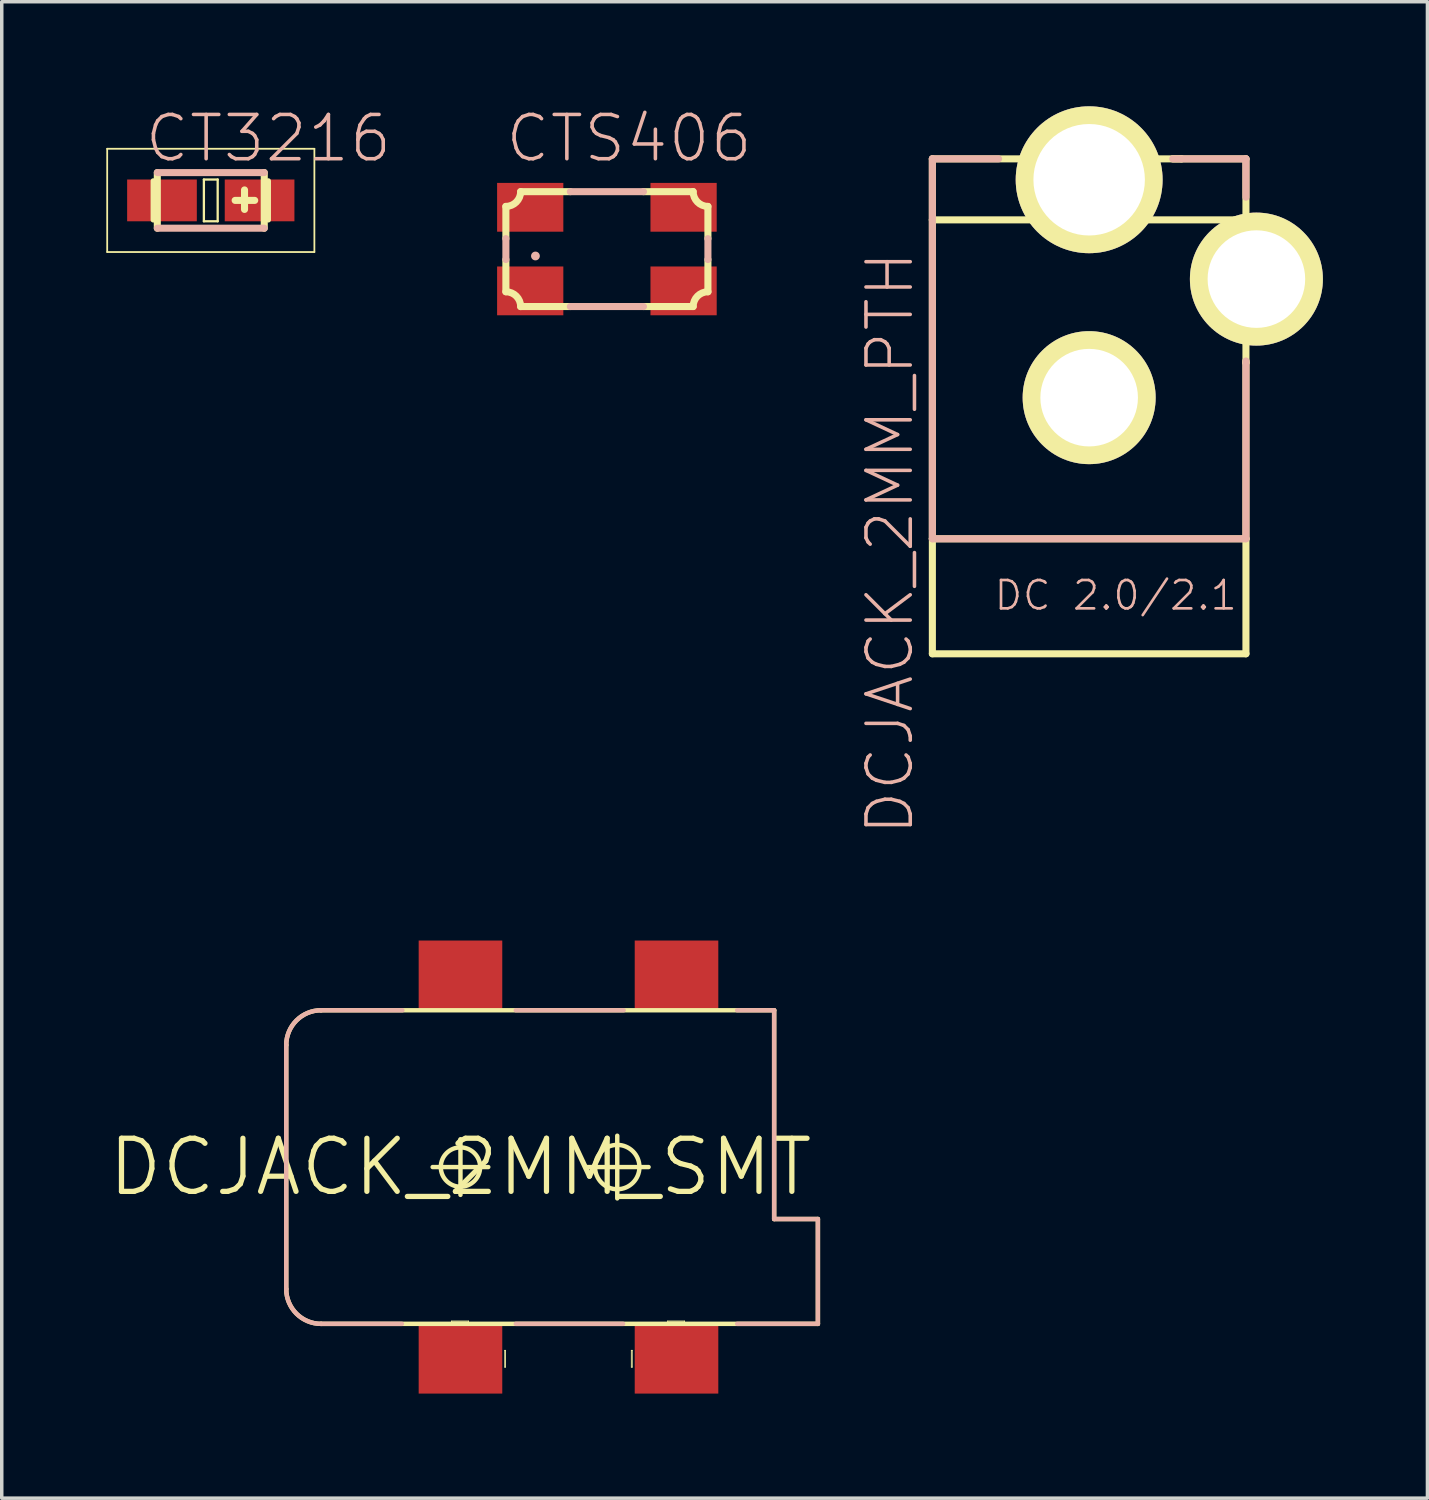
<source format=kicad_pcb>
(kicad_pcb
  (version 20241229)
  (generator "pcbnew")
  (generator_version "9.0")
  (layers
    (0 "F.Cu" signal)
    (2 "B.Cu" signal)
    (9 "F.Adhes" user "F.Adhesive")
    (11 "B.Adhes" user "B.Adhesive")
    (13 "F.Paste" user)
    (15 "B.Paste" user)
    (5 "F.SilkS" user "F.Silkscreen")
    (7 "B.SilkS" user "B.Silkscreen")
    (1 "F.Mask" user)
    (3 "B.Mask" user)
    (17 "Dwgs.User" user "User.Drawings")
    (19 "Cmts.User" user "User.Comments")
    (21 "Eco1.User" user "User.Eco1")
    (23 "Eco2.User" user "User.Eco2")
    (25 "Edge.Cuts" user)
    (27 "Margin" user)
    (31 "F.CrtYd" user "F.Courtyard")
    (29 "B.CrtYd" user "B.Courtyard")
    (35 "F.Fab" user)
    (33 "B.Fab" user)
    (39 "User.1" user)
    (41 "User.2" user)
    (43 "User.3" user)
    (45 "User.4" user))
  (footprint "DCJACK_2MM_SMT"
    (layer "F.Cu")
    (at 10.16 30.431)
    (property "Reference" "DCJACK_2MM_SMT" (at 0 0 0) (layer "F.SilkS") (effects (font (size 1.524 1.524) (thickness 0.15))))
    (attr smd)
    (fp_line (start -4.999 -3.498) (end -4.999 3.498) (stroke (width 0.127) (type solid)) (layer "F.SilkS"))
    (fp_line (start -3.998 4.498) (end 10.254 4.498) (stroke (width 0.127) (type solid)) (layer "F.SilkS"))
    (fp_line (start -0.798 0) (end 0.798 0) (stroke (width 0.127) (type solid)) (layer "F.SilkS"))
    (fp_line (start -0.254 4.417) (end 0.229 4.417) (stroke (width 0.025) (type solid)) (layer "F.SilkS"))
    (fp_line (start -0.254 4.445) (end -0.254 4.417) (stroke (width 0.025) (type solid)) (layer "F.SilkS"))
    (fp_line (start 0 0.798) (end 0 -0.798) (stroke (width 0.127) (type solid)) (layer "F.SilkS"))
    (fp_line (start 0.229 4.417) (end 0.229 4.445) (stroke (width 0.025) (type solid)) (layer "F.SilkS"))
    (fp_line (start 0.229 4.445) (end -0.254 4.445) (stroke (width 0.025) (type solid)) (layer "F.SilkS"))
    (fp_line (start 1.27 5.258) (end 1.293 5.258) (stroke (width 0.025) (type solid)) (layer "F.SilkS"))
    (fp_line (start 1.27 5.74) (end 1.27 5.258) (stroke (width 0.025) (type solid)) (layer "F.SilkS"))
    (fp_line (start 1.293 5.258) (end 1.293 5.74) (stroke (width 0.025) (type solid)) (layer "F.SilkS"))
    (fp_line (start 1.293 5.74) (end 1.27 5.74) (stroke (width 0.025) (type solid)) (layer "F.SilkS"))
    (fp_line (start 3.599 0) (end 5.397 0) (stroke (width 0.127) (type solid)) (layer "F.SilkS"))
    (fp_line (start 4.498 0.899) (end 4.498 -0.899) (stroke (width 0.127) (type solid)) (layer "F.SilkS"))
    (fp_line (start 4.902 5.258) (end 4.928 5.258) (stroke (width 0.025) (type solid)) (layer "F.SilkS"))
    (fp_line (start 4.902 5.74) (end 4.902 5.258) (stroke (width 0.025) (type solid)) (layer "F.SilkS"))
    (fp_line (start 4.928 5.258) (end 4.928 5.74) (stroke (width 0.025) (type solid)) (layer "F.SilkS"))
    (fp_line (start 4.928 5.74) (end 4.902 5.74) (stroke (width 0.025) (type solid)) (layer "F.SilkS"))
    (fp_line (start 5.944 4.417) (end 6.426 4.417) (stroke (width 0.025) (type solid)) (layer "F.SilkS"))
    (fp_line (start 5.944 4.445) (end 5.944 4.417) (stroke (width 0.025) (type solid)) (layer "F.SilkS"))
    (fp_line (start 6.426 4.417) (end 6.426 4.445) (stroke (width 0.025) (type solid)) (layer "F.SilkS"))
    (fp_line (start 6.426 4.445) (end 5.944 4.445) (stroke (width 0.025) (type solid)) (layer "F.SilkS"))
    (fp_line (start 8.999 -4.498) (end -3.998 -4.498) (stroke (width 0.127) (type solid)) (layer "F.SilkS"))
    (fp_line (start 8.999 1.491) (end 8.999 -4.498) (stroke (width 0.127) (type solid)) (layer "F.SilkS"))
    (fp_line (start 10.254 1.491) (end 8.999 1.491) (stroke (width 0.127) (type solid)) (layer "F.SilkS"))
    (fp_line (start 10.254 4.498) (end 10.254 1.491) (stroke (width 0.127) (type solid)) (layer "F.SilkS"))
    (fp_arc (start -4.99872 -3.49758) (mid -4.705604 -4.205224) (end -3.99796 -4.49834) (stroke (width 0.127) (type solid)) (layer "F.SilkS"))
    (fp_arc (start -3.99796 4.49834) (mid -4.705604 4.205224) (end -4.99872 3.49758) (stroke (width 0.127) (type solid)) (layer "F.SilkS"))
    (fp_circle (center 0 0) (end -0.399 0.399) (stroke (width 0.127) (type solid)) (fill no) (layer "F.SilkS"))
    (fp_circle (center 4.498 0) (end 4.948 0.45) (stroke (width 0.127) (type solid)) (fill no) (layer "F.SilkS"))
    (fp_line (start -4.999 -3.498) (end -4.999 3.498) (stroke (width 0.127) (type solid)) (layer "B.SilkS"))
    (fp_line (start -3.998 4.498) (end -1.681 4.498) (stroke (width 0.127) (type solid)) (layer "B.SilkS"))
    (fp_line (start -1.666 -4.498) (end -3.998 -4.498) (stroke (width 0.127) (type solid)) (layer "B.SilkS"))
    (fp_line (start 1.587 4.498) (end 4.666 4.498) (stroke (width 0.127) (type solid)) (layer "B.SilkS"))
    (fp_line (start 4.681 -4.498) (end 1.587 -4.498) (stroke (width 0.127) (type solid)) (layer "B.SilkS"))
    (fp_line (start 7.938 4.498) (end 10.254 4.498) (stroke (width 0.127) (type solid)) (layer "B.SilkS"))
    (fp_line (start 8.999 -4.498) (end 7.938 -4.498) (stroke (width 0.127) (type solid)) (layer "B.SilkS"))
    (fp_line (start 8.999 1.491) (end 8.999 -4.498) (stroke (width 0.127) (type solid)) (layer "B.SilkS"))
    (fp_line (start 10.254 1.491) (end 8.999 1.491) (stroke (width 0.127) (type solid)) (layer "B.SilkS"))
    (fp_line (start 10.254 4.498) (end 10.254 1.491) (stroke (width 0.127) (type solid)) (layer "B.SilkS"))
    (fp_arc (start -4.99872 -3.49758) (mid -4.705604 -4.205224) (end -3.99796 -4.49834) (stroke (width 0.127) (type solid)) (layer "B.SilkS"))
    (fp_arc (start -3.99796 4.49834) (mid -4.705604 4.205224) (end -4.99872 3.49758) (stroke (width 0.127) (type solid)) (layer "B.SilkS"))
    (pad "GND" smd rect (at 0 5.499) (size 2.398 1.999) (layers "F.Cu" "F.Mask" "F.Paste"))
    (pad "GNDB" smd rect (at 6.198 5.499) (size 2.398 1.999) (layers "F.Cu" "F.Mask" "F.Paste"))
    (pad "PWR1" smd rect (at 0 -5.499) (size 2.398 1.999) (layers "F.Cu" "F.Mask" "F.Paste"))
    (pad "PWR2" smd rect (at 6.198 -5.499) (size 2.398 1.999) (layers "F.Cu" "F.Mask" "F.Paste")))
  (footprint "CT3216"
    (layer "F.Cu")
    (at 2.997 2.699)
    (property "Reference" "CT3216" (at 1.651 -1.778 0) (layer "B.SilkS") (effects (font (size 1.27 1.27) (thickness 0.102))))
    (attr smd)
    (fp_line (start -2.972 -1.481) (end 2.972 -1.481) (stroke (width 0.051) (type solid)) (layer "F.SilkS"))
    (fp_line (start -2.972 1.481) (end -2.972 -1.481) (stroke (width 0.051) (type solid)) (layer "F.SilkS"))
    (fp_line (start -1.651 0.559) (end -1.651 -0.559) (stroke (width 0.152) (type solid)) (layer "F.SilkS"))
    (fp_line (start -1.534 -0.798) (end -1.534 0.798) (stroke (width 0.203) (type solid)) (layer "F.SilkS"))
    (fp_line (start -0.198 -0.599) (end 0.198 -0.599) (stroke (width 0.066) (type solid)) (layer "F.SilkS"))
    (fp_line (start -0.198 0.599) (end -0.198 -0.599) (stroke (width 0.066) (type solid)) (layer "F.SilkS"))
    (fp_line (start -0.198 0.599) (end 0.198 0.599) (stroke (width 0.066) (type solid)) (layer "F.SilkS"))
    (fp_line (start 0.198 0.599) (end 0.198 -0.599) (stroke (width 0.066) (type solid)) (layer "F.SilkS"))
    (fp_line (start 0.699 0) (end 1.26 0) (stroke (width 0.203) (type solid)) (layer "F.SilkS"))
    (fp_line (start 0.968 0.259) (end 0.968 -0.3) (stroke (width 0.203) (type solid)) (layer "F.SilkS"))
    (fp_line (start 1.534 0.798) (end 1.534 -0.798) (stroke (width 0.203) (type solid)) (layer "F.SilkS"))
    (fp_line (start 1.651 0.559) (end 1.651 -0.559) (stroke (width 0.152) (type solid)) (layer "F.SilkS"))
    (fp_line (start 2.972 -1.481) (end 2.972 1.481) (stroke (width 0.051) (type solid)) (layer "F.SilkS"))
    (fp_line (start 2.972 1.481) (end -2.972 1.481) (stroke (width 0.051) (type solid)) (layer "F.SilkS"))
    (fp_line (start -1.534 0.798) (end 1.534 0.798) (stroke (width 0.203) (type solid)) (layer "B.SilkS"))
    (fp_line (start 1.534 -0.798) (end -1.534 -0.798) (stroke (width 0.203) (type solid)) (layer "B.SilkS"))
    (pad "+" smd rect (at 1.4 0) (size 1.999 1.199) (layers "F.Cu" "F.Mask" "F.Paste"))
    (pad "-" smd rect (at -1.4 0) (size 1.999 1.199) (layers "F.Cu" "F.Mask" "F.Paste")))
  (footprint "DCJACK_2MM_PTH"
    (layer "F.Cu")
    (at 28.196 15.706)
    (property "Reference" "DCJACK_2MM_PTH" (at -5.715 -3.175 90) (layer "B.SilkS") (effects (font (size 1.27 1.27) (thickness 0.102))))
    (attr exclude_from_pos_files exclude_from_bom)
    (fp_line (start -4.498 -14.199) (end 2.649 -14.199) (stroke (width 0.203) (type solid)) (layer "F.SilkS"))
    (fp_line (start -4.498 -12.449) (end -4.498 -14.199) (stroke (width 0.203) (type solid)) (layer "F.SilkS"))
    (fp_line (start -4.498 -12.449) (end 4.399 -12.449) (stroke (width 0.203) (type solid)) (layer "F.SilkS"))
    (fp_line (start -4.498 -3.299) (end -4.498 -12.449) (stroke (width 0.203) (type solid)) (layer "F.SilkS"))
    (fp_line (start -4.498 -3.299) (end -4.498 0) (stroke (width 0.203) (type solid)) (layer "F.SilkS"))
    (fp_line (start -4.498 -3.299) (end 4.498 -3.299) (stroke (width 0.203) (type solid)) (layer "F.SilkS"))
    (fp_line (start 2.649 -14.199) (end 2.398 -14.199) (stroke (width 0.203) (type solid)) (layer "F.SilkS"))
    (fp_line (start 4.498 -14.199) (end 2.649 -14.199) (stroke (width 0.203) (type solid)) (layer "F.SilkS"))
    (fp_line (start 4.498 -14.199) (end 4.498 -8.349) (stroke (width 0.203) (type solid)) (layer "F.SilkS"))
    (fp_line (start 4.498 -8.349) (end 4.498 -8.4) (stroke (width 0.203) (type solid)) (layer "F.SilkS"))
    (fp_line (start 4.498 -3.299) (end 4.498 -8.349) (stroke (width 0.203) (type solid)) (layer "F.SilkS"))
    (fp_line (start 4.498 0) (end -4.498 0) (stroke (width 0.203) (type solid)) (layer "F.SilkS"))
    (fp_line (start 4.498 0) (end 4.498 -3.299) (stroke (width 0.203) (type solid)) (layer "F.SilkS"))
    (fp_line (start -4.498 -14.199) (end -2.598 -14.199) (stroke (width 0.203) (type solid)) (layer "B.SilkS"))
    (fp_line (start -4.498 -3.299) (end -4.498 -14.199) (stroke (width 0.203) (type solid)) (layer "B.SilkS"))
    (fp_line (start -4.498 -3.299) (end 4.498 -3.299) (stroke (width 0.203) (type solid)) (layer "B.SilkS"))
    (fp_line (start 4.498 -14.199) (end 2.398 -14.199) (stroke (width 0.203) (type solid)) (layer "B.SilkS"))
    (fp_line (start 4.498 -14.199) (end 4.498 -13.099) (stroke (width 0.203) (type solid)) (layer "B.SilkS"))
    (fp_line (start 4.498 -3.299) (end 4.498 -8.4) (stroke (width 0.203) (type solid)) (layer "B.SilkS"))
    (fp_text user "DC 2.0/2.1" (at 0.762 -1.676 0) (layer "B.SilkS") (effects (font (size 0.813 0.813) (thickness 0.076))))
    (pad "GND" thru_hole circle (at 0 -7.348) (size 3.815 3.815) (drill 2.799) (layers "*.Cu" "F.Mask" "F.SilkS" "F.Paste"))
    (pad "GNDB" thru_hole circle (at 4.798 -10.749) (size 3.815 3.815) (drill 2.799) (layers "*.Cu" "F.Mask" "F.SilkS" "F.Paste"))
    (pad "PWR" thru_hole circle (at 0 -13.599) (size 4.214 4.214) (drill 3.198) (layers "*.Cu" "F.Mask" "F.SilkS" "F.Paste")))
  (footprint "CTS406"
    (layer "F.Cu")
    (at 14.361 4.096)
    (property "Reference" "CTS406" (at 0.635 -3.175 0) (layer "B.SilkS") (effects (font (size 1.27 1.27) (thickness 0.102))))
    (attr smd)
    (fp_line (start -2.898 -0.3) (end -2.898 -1.224) (stroke (width 0.203) (type solid)) (layer "F.SilkS"))
    (fp_line (start -2.898 1.224) (end -2.898 0.3) (stroke (width 0.203) (type solid)) (layer "F.SilkS"))
    (fp_line (start -2.474 -1.648) (end -1.049 -1.648) (stroke (width 0.203) (type solid)) (layer "F.SilkS"))
    (fp_line (start -1.049 1.648) (end -2.474 1.648) (stroke (width 0.203) (type solid)) (layer "F.SilkS"))
    (fp_line (start 1.049 -1.648) (end 2.474 -1.648) (stroke (width 0.203) (type solid)) (layer "F.SilkS"))
    (fp_line (start 2.474 1.648) (end 1.049 1.648) (stroke (width 0.203) (type solid)) (layer "F.SilkS"))
    (fp_line (start 2.898 -1.224) (end 2.898 -0.3) (stroke (width 0.203) (type solid)) (layer "F.SilkS"))
    (fp_line (start 2.898 0.3) (end 2.898 1.224) (stroke (width 0.203) (type solid)) (layer "F.SilkS"))
    (fp_arc (start -2.89814 1.22428) (mid -2.598459 1.349738) (end -2.473954 1.649816) (stroke (width 0.2032) (type solid)) (layer "F.SilkS"))
    (fp_arc (start -2.47396 -1.64846) (mid -2.599418 -1.348779) (end -2.899496 -1.224274) (stroke (width 0.2032) (type solid)) (layer "F.SilkS"))
    (fp_arc (start 2.47396 1.64846) (mid 2.599418 1.348779) (end 2.899496 1.224274) (stroke (width 0.2032) (type solid)) (layer "F.SilkS"))
    (fp_arc (start 2.89814 -1.22428) (mid 2.598459 -1.349738) (end 2.473954 -1.649816) (stroke (width 0.2032) (type solid)) (layer "F.SilkS"))
    (fp_line (start -2.898 0.3) (end -2.898 -0.3) (stroke (width 0.203) (type solid)) (layer "B.SilkS"))
    (fp_line (start -1.049 -1.648) (end 1.049 -1.648) (stroke (width 0.203) (type solid)) (layer "B.SilkS"))
    (fp_line (start 1.049 1.648) (end -1.049 1.648) (stroke (width 0.203) (type solid)) (layer "B.SilkS"))
    (fp_line (start 2.898 -0.3) (end 2.898 0.3) (stroke (width 0.203) (type solid)) (layer "B.SilkS"))
    (fp_circle (center -2.05 0.198) (end -2.139 0.287) (stroke (width 0) (type solid)) (fill yes) (layer "B.SilkS"))
    (pad "1" smd rect (at -2.2 1.199) (size 1.9 1.4) (layers "F.Cu" "F.Mask" "F.Paste"))
    (pad "2" smd rect (at 2.2 1.199) (size 1.9 1.4) (layers "F.Cu" "F.Mask" "F.Paste"))
    (pad "3" smd rect (at 2.2 -1.199) (size 1.9 1.4) (layers "F.Cu" "F.Mask" "F.Paste"))
    (pad "4" smd rect (at -2.2 -1.199) (size 1.9 1.4) (layers "F.Cu" "F.Mask" "F.Paste")))
  (gr_rect
    (start -3 -3)
    (end 37.901 39.93)
    (stroke (width 0.1) (type default))
    (fill no)
    (layer "Edge.Cuts")))
</source>
